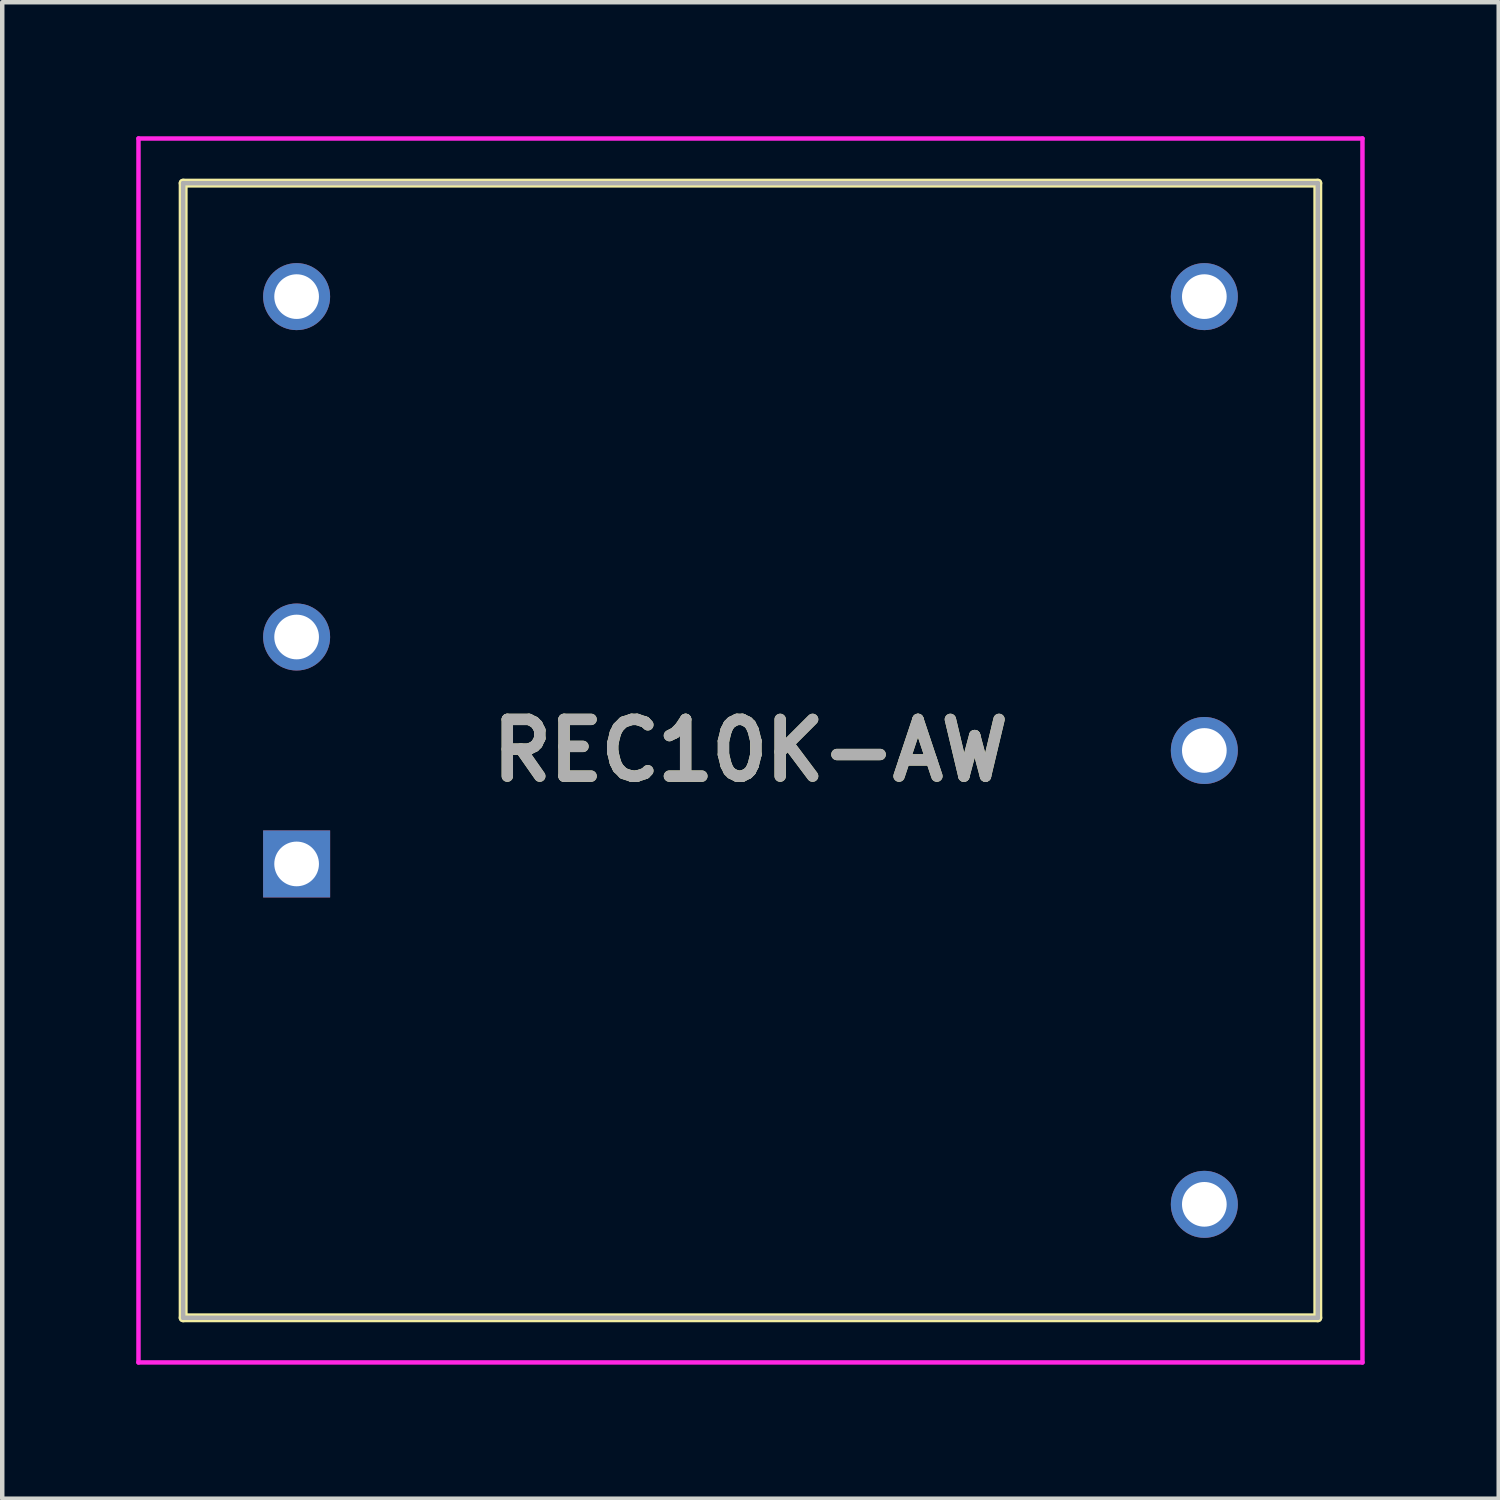
<source format=kicad_pcb>
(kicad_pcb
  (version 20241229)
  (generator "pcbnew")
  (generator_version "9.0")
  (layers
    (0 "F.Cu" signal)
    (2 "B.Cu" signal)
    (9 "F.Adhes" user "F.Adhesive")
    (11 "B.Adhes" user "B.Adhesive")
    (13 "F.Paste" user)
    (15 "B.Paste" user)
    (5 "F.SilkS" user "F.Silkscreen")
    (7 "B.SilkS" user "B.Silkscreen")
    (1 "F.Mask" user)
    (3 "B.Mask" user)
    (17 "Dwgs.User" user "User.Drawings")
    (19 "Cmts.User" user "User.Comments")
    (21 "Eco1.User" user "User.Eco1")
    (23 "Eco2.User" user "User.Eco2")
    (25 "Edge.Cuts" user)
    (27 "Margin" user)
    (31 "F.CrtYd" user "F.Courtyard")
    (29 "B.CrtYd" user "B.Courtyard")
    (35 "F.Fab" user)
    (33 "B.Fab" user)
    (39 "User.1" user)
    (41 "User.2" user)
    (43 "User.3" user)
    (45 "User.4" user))
  (footprint "REC10K-AW"
    (layer "F.Cu")
    (at 13.75 13.75)
    (property "Reference" "REC10K-AW" (at 0 0 0) (layer "F.SilkS") (effects (font (size 1.27 1.27) (thickness 0.254))))
    (attr through_hole)
    (fp_line (start -12.7 -12.7) (end 12.7 -12.7) (stroke (width 0.2) (type solid)) (layer "F.SilkS"))
    (fp_line (start -12.7 12.7) (end -12.7 -12.7) (stroke (width 0.2) (type solid)) (layer "F.SilkS"))
    (fp_line (start 12.7 -12.7) (end 12.7 12.7) (stroke (width 0.2) (type solid)) (layer "F.SilkS"))
    (fp_line (start 12.7 12.7) (end -12.7 12.7) (stroke (width 0.2) (type solid)) (layer "F.SilkS"))
    (fp_line (start -13.7 -13.7) (end 13.7 -13.7) (stroke (width 0.1) (type solid)) (layer "F.CrtYd"))
    (fp_line (start -13.7 13.7) (end -13.7 -13.7) (stroke (width 0.1) (type solid)) (layer "F.CrtYd"))
    (fp_line (start 13.7 -13.7) (end 13.7 13.7) (stroke (width 0.1) (type solid)) (layer "F.CrtYd"))
    (fp_line (start 13.7 13.7) (end -13.7 13.7) (stroke (width 0.1) (type solid)) (layer "F.CrtYd"))
    (fp_line (start -12.7 -12.7) (end 12.7 -12.7) (stroke (width 0.1) (type solid)) (layer "F.Fab"))
    (fp_line (start -12.7 12.7) (end -12.7 -12.7) (stroke (width 0.1) (type solid)) (layer "F.Fab"))
    (fp_line (start 12.7 -12.7) (end 12.7 12.7) (stroke (width 0.1) (type solid)) (layer "F.Fab"))
    (fp_line (start 12.7 12.7) (end -12.7 12.7) (stroke (width 0.1) (type solid)) (layer "F.Fab"))
    (fp_text user "${REFERENCE}" (at 0 0 0) (layer "F.Fab") (effects (font (size 1.27 1.27) (thickness 0.254))))
    (pad "1" thru_hole rect (at -10.16 2.54) (size 1.5 1.5) (drill 1) (layers "*.Cu" "*.Mask"))
    (pad "2" thru_hole circle (at -10.16 -2.54) (size 1.5 1.5) (drill 1) (layers "*.Cu" "*.Mask"))
    (pad "3" thru_hole circle (at -10.16 -10.16) (size 1.5 1.5) (drill 1) (layers "*.Cu" "*.Mask"))
    (pad "4" thru_hole circle (at 10.16 -10.16) (size 1.5 1.5) (drill 1) (layers "*.Cu" "*.Mask"))
    (pad "5" thru_hole circle (at 10.16 0) (size 1.5 1.5) (drill 1) (layers "*.Cu" "*.Mask"))
    (pad "6" thru_hole circle (at 10.16 10.16) (size 1.5 1.5) (drill 1) (layers "*.Cu" "*.Mask")))
  (gr_rect
    (start -3 -3)
    (end 30.5 30.5)
    (stroke (width 0.1) (type default))
    (fill no)
    (layer "Edge.Cuts")))
</source>
